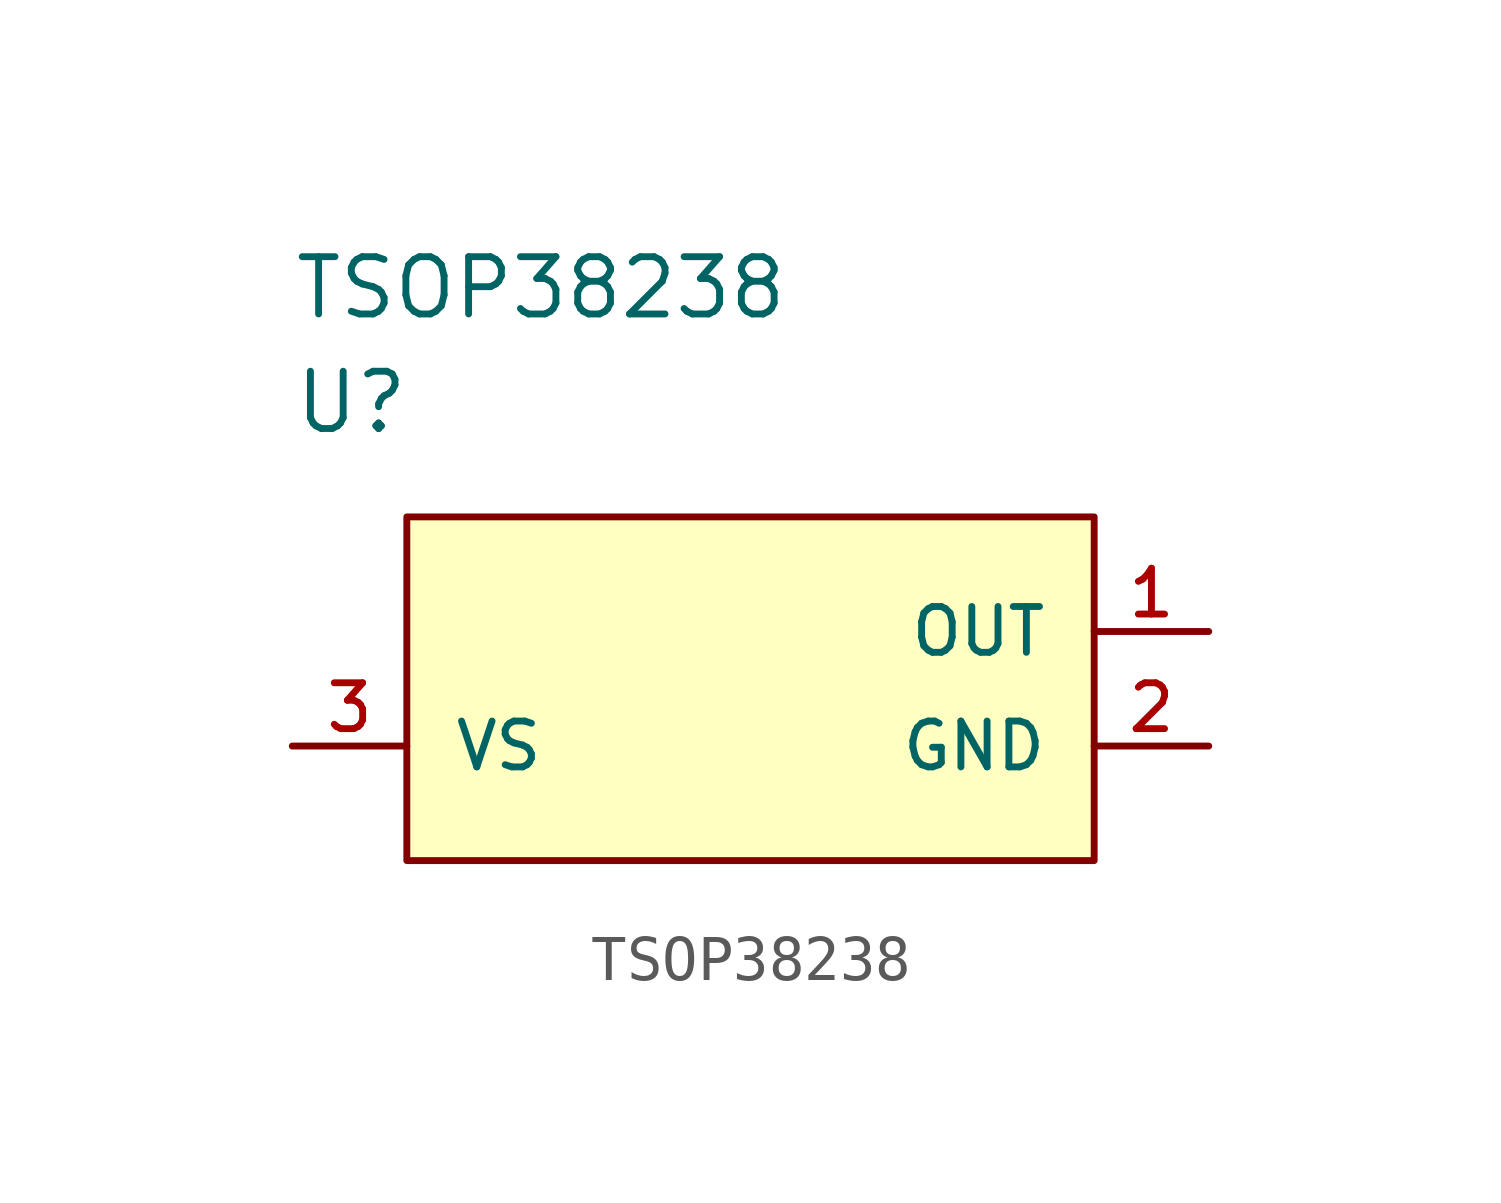
<source format=kicad_sym>
(kicad_symbol_lib
  (version 20220914)
  (generator kicad_symbol_editor)
  (symbol "TSOP38238"
    (pin_names
      (offset 1.016))
    (property "Reference" "U"
      (at 0 7.62 0)
      (effects (font (size 1.27 1.27)) (justify left)))
    (property "Value" "TSOP38238"
      (at 0 10.16 0)
      (effects (font (size 1.27 1.27)) (justify left)))
    (symbol "TSOP38238_1_1"
      (rectangle (start 2.54 5.08) (end 17.78 -2.54) (stroke (width 0) (type solid)) (fill (type background)))
      (pin power_in line (at 20.32 2.54 180) (length 2.54) (name "OUT" (effects (font (size 1.016 1.016)))) (number "1" (effects (font (size 1.016 1.016)))))
      (pin power_in line (at 20.32 0 180) (length 2.54) (name "GND" (effects (font (size 1.016 1.016)))) (number "2" (effects (font (size 1.016 1.016)))))
      (pin power_in line (at 0 0 0) (length 2.54) (name "VS" (effects (font (size 1.016 1.016)))) (number "3" (effects (font (size 1.016 1.016))))))))
</source>
